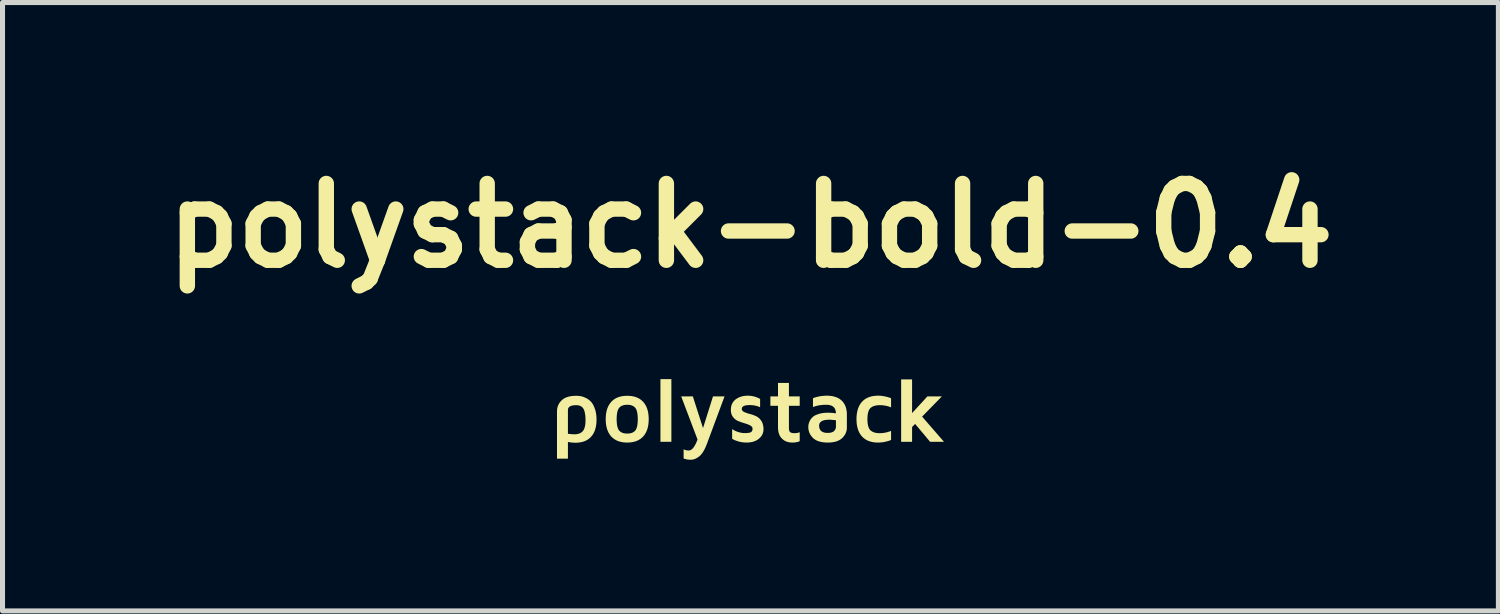
<source format=kicad_pcb>
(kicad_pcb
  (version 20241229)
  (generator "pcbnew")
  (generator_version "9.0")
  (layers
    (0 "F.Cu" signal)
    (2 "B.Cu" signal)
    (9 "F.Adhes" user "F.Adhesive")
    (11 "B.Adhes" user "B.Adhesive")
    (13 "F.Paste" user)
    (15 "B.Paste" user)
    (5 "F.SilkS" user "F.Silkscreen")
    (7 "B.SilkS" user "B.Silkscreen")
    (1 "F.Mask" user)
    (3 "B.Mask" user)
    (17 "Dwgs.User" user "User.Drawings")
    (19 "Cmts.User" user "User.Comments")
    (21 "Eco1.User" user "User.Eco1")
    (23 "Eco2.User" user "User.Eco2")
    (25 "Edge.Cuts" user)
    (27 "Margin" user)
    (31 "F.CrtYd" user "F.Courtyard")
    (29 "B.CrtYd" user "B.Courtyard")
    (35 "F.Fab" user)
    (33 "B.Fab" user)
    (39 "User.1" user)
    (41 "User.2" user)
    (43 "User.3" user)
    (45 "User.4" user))
  (footprint "polystack-bold-0.4"
    (layer "F.Cu")
    (at 11.844 5.274)
    (property "Reference" "polystack-bold-0.4" (at 0 -3.848 0) (layer "F.SilkS") (effects (font (size 1.524 1.524) (thickness 0.305))))
    (attr smd)
    (fp_poly (pts (xy -1.787 0.444) (xy -1.787 -0.8) (xy -1.57 -0.8) (xy -1.57 0.444) (xy -1.787 0.444)) (stroke (width 0) (type solid)) (fill yes) (layer "F.SilkS"))
    (fp_poly (pts (xy 2.99 0.444) (xy 2.99 -0.795) (xy 3.207 -0.795) (xy 3.207 -0.126) (xy 3.511 -0.457) (xy 3.798 -0.457) (xy 3.406 -0.056) (xy 3.84 0.444) (xy 3.565 0.444) (xy 3.267 0.089) (xy 3.207 0.15) (xy 3.207 0.444) (xy 2.99 0.444)) (stroke (width 0) (type solid)) (fill yes) (layer "F.SilkS"))
    (fp_poly (pts (xy 0.395 -0.271) (xy 0.395 -0.457) (xy 0.546 -0.457) (xy 0.546 -0.724) (xy 0.763 -0.724) (xy 0.763 -0.457) (xy 0.977 -0.457) (xy 0.977 -0.271) (xy 0.763 -0.271) (xy 0.763 0.174) (xy 0.764 0.188) (xy 0.765 0.2) (xy 0.767 0.212) (xy 0.769 0.222) (xy 0.773 0.232) (xy 0.777 0.24) (xy 0.782 0.247) (xy 0.787 0.252) (xy 0.793 0.256) (xy 0.8 0.26) (xy 0.808 0.263) (xy 0.816 0.266) (xy 0.826 0.269) (xy 0.837 0.27) (xy 0.848 0.272) (xy 0.86 0.272) (xy 0.874 0.273) (xy 0.885 0.272) (xy 0.896 0.272) (xy 0.907 0.271) (xy 0.918 0.269) (xy 0.928 0.268) (xy 0.939 0.266) (xy 0.949 0.263) (xy 0.958 0.26) (xy 0.968 0.257) (xy 0.977 0.253) (xy 0.977 0.432) (xy 0.967 0.436) (xy 0.957 0.44) (xy 0.947 0.443) (xy 0.937 0.446) (xy 0.926 0.449) (xy 0.916 0.451) (xy 0.905 0.453) (xy 0.894 0.455) (xy 0.883 0.456) (xy 0.872 0.457) (xy 0.861 0.458) (xy 0.85 0.458) (xy 0.838 0.459) (xy 0.834 0.459) (xy 0.822 0.458) (xy 0.81 0.458) (xy 0.798 0.457) (xy 0.787 0.456) (xy 0.776 0.455) (xy 0.765 0.453) (xy 0.754 0.451) (xy 0.744 0.448) (xy 0.734 0.445) (xy 0.724 0.442) (xy 0.714 0.439) (xy 0.705 0.435) (xy 0.695 0.431) (xy 0.686 0.426) (xy 0.678 0.422) (xy 0.669 0.417) (xy 0.661 0.411) (xy 0.653 0.405) (xy 0.645 0.399) (xy 0.638 0.393) (xy 0.63 0.386) (xy 0.623 0.379) (xy 0.617 0.372) (xy 0.61 0.365) (xy 0.604 0.358) (xy 0.599 0.35) (xy 0.593 0.342) (xy 0.588 0.334) (xy 0.583 0.325) (xy 0.579 0.317) (xy 0.575 0.308) (xy 0.571 0.299) (xy 0.567 0.29) (xy 0.564 0.28) (xy 0.561 0.27) (xy 0.558 0.26) (xy 0.556 0.25) (xy 0.553 0.24) (xy 0.552 0.229) (xy 0.55 0.218) (xy 0.549 0.207) (xy 0.548 0.196) (xy 0.547 0.184) (xy 0.547 0.173) (xy 0.546 0.161) (xy 0.546 -0.271) (xy 0.395 -0.271)) (stroke (width 0) (type solid)) (fill yes) (layer "F.SilkS"))
    (fp_poly (pts (xy -1.375 -0.457) (xy -1.144 -0.457) (xy -0.942 0.172) (xy -0.744 -0.457) (xy -0.515 -0.457) (xy -0.858 0.467) (xy -0.863 0.48) (xy -0.868 0.493) (xy -0.873 0.506) (xy -0.878 0.518) (xy -0.883 0.531) (xy -0.888 0.542) (xy -0.893 0.554) (xy -0.899 0.565) (xy -0.904 0.576) (xy -0.909 0.587) (xy -0.914 0.597) (xy -0.92 0.607) (xy -0.925 0.617) (xy -0.93 0.626) (xy -0.936 0.636) (xy -0.941 0.644) (xy -0.947 0.653) (xy -0.952 0.661) (xy -0.958 0.669) (xy -0.963 0.677) (xy -0.969 0.684) (xy -0.975 0.691) (xy -0.98 0.698) (xy -0.986 0.704) (xy -0.992 0.71) (xy -0.997 0.716) (xy -1.003 0.721) (xy -1.009 0.726) (xy -1.015 0.731) (xy -1.024 0.739) (xy -1.034 0.746) (xy -1.043 0.752) (xy -1.053 0.758) (xy -1.062 0.764) (xy -1.072 0.769) (xy -1.081 0.774) (xy -1.091 0.779) (xy -1.101 0.783) (xy -1.111 0.786) (xy -1.12 0.79) (xy -1.13 0.792) (xy -1.14 0.795) (xy -1.15 0.797) (xy -1.16 0.798) (xy -1.17 0.799) (xy -1.18 0.8) (xy -1.19 0.8) (xy -1.201 0.8) (xy -1.211 0.799) (xy -1.221 0.799) (xy -1.232 0.798) (xy -1.242 0.796) (xy -1.253 0.795) (xy -1.263 0.793) (xy -1.274 0.791) (xy -1.284 0.788) (xy -1.295 0.785) (xy -1.306 0.782) (xy -1.316 0.779) (xy -1.327 0.775) (xy -1.327 0.594) (xy -1.316 0.599) (xy -1.306 0.602) (xy -1.296 0.606) (xy -1.286 0.609) (xy -1.275 0.611) (xy -1.265 0.613) (xy -1.255 0.614) (xy -1.245 0.616) (xy -1.235 0.616) (xy -1.225 0.616) (xy -1.218 0.616) (xy -1.212 0.615) (xy -1.205 0.614) (xy -1.199 0.612) (xy -1.193 0.61) (xy -1.186 0.607) (xy -1.18 0.604) (xy -1.174 0.6) (xy -1.168 0.595) (xy -1.162 0.59) (xy -1.156 0.585) (xy -1.149 0.579) (xy -1.143 0.573) (xy -1.137 0.565) (xy -1.131 0.558) (xy -1.125 0.55) (xy -1.12 0.541) (xy -1.114 0.532) (xy -1.108 0.523) (xy -1.102 0.512) (xy -1.096 0.502) (xy -1.09 0.491) (xy -1.085 0.479) (xy -1.079 0.467) (xy -1.073 0.454) (xy -1.068 0.441) (xy -1.062 0.427) (xy -1.056 0.413) (xy -1.051 0.398) (xy -1.375 -0.457)) (stroke (width 0) (type solid)) (fill yes) (layer "F.SilkS"))
    (fp_poly (pts (xy 2.104 -0.005) (xy 2.104 -0.018) (xy 2.104 -0.031) (xy 2.105 -0.043) (xy 2.105 -0.056) (xy 2.106 -0.068) (xy 2.107 -0.08) (xy 2.108 -0.091) (xy 2.11 -0.103) (xy 2.111 -0.114) (xy 2.113 -0.126) (xy 2.115 -0.137) (xy 2.117 -0.148) (xy 2.119 -0.158) (xy 2.122 -0.169) (xy 2.124 -0.179) (xy 2.127 -0.19) (xy 2.13 -0.2) (xy 2.133 -0.21) (xy 2.136 -0.219) (xy 2.14 -0.229) (xy 2.144 -0.238) (xy 2.147 -0.247) (xy 2.151 -0.256) (xy 2.156 -0.265) (xy 2.16 -0.274) (xy 2.165 -0.282) (xy 2.169 -0.291) (xy 2.174 -0.299) (xy 2.18 -0.307) (xy 2.185 -0.315) (xy 2.19 -0.322) (xy 2.196 -0.33) (xy 2.202 -0.337) (xy 2.208 -0.344) (xy 2.214 -0.351) (xy 2.221 -0.358) (xy 2.228 -0.365) (xy 2.235 -0.372) (xy 2.242 -0.378) (xy 2.25 -0.385) (xy 2.257 -0.391) (xy 2.265 -0.397) (xy 2.273 -0.402) (xy 2.281 -0.408) (xy 2.29 -0.413) (xy 2.298 -0.418) (xy 2.307 -0.422) (xy 2.316 -0.427) (xy 2.325 -0.431) (xy 2.334 -0.435) (xy 2.343 -0.439) (xy 2.353 -0.443) (xy 2.363 -0.446) (xy 2.373 -0.449) (xy 2.383 -0.452) (xy 2.393 -0.455) (xy 2.403 -0.458) (xy 2.414 -0.46) (xy 2.425 -0.462) (xy 2.436 -0.464) (xy 2.447 -0.466) (xy 2.458 -0.467) (xy 2.47 -0.468) (xy 2.481 -0.469) (xy 2.493 -0.47) (xy 2.505 -0.471) (xy 2.517 -0.471) (xy 2.53 -0.471) (xy 2.541 -0.471) (xy 2.552 -0.471) (xy 2.563 -0.47) (xy 2.574 -0.47) (xy 2.585 -0.469) (xy 2.596 -0.468) (xy 2.607 -0.467) (xy 2.618 -0.465) (xy 2.628 -0.464) (xy 2.639 -0.462) (xy 2.65 -0.46) (xy 2.661 -0.458) (xy 2.672 -0.456) (xy 2.683 -0.454) (xy 2.693 -0.451) (xy 2.704 -0.449) (xy 2.715 -0.446) (xy 2.726 -0.443) (xy 2.737 -0.439) (xy 2.747 -0.436) (xy 2.758 -0.432) (xy 2.769 -0.429) (xy 2.779 -0.425) (xy 2.79 -0.421) (xy 2.79 -0.24) (xy 2.78 -0.244) (xy 2.77 -0.248) (xy 2.759 -0.251) (xy 2.749 -0.255) (xy 2.739 -0.258) (xy 2.728 -0.261) (xy 2.718 -0.264) (xy 2.707 -0.267) (xy 2.697 -0.269) (xy 2.686 -0.271) (xy 2.675 -0.273) (xy 2.665 -0.275) (xy 2.654 -0.277) (xy 2.643 -0.278) (xy 2.632 -0.28) (xy 2.621 -0.281) (xy 2.61 -0.282) (xy 2.599 -0.282) (xy 2.588 -0.283) (xy 2.577 -0.283) (xy 2.566 -0.283) (xy 2.553 -0.283) (xy 2.541 -0.282) (xy 2.528 -0.282) (xy 2.516 -0.281) (xy 2.505 -0.279) (xy 2.494 -0.277) (xy 2.483 -0.275) (xy 2.473 -0.273) (xy 2.462 -0.27) (xy 2.453 -0.267) (xy 2.443 -0.264) (xy 2.434 -0.26) (xy 2.426 -0.256) (xy 2.417 -0.252) (xy 2.409 -0.247) (xy 2.402 -0.242) (xy 2.394 -0.237) (xy 2.387 -0.232) (xy 2.381 -0.226) (xy 2.375 -0.22) (xy 2.37 -0.215) (xy 2.366 -0.208) (xy 2.361 -0.202) (xy 2.357 -0.195) (xy 2.353 -0.187) (xy 2.349 -0.179) (xy 2.345 -0.171) (xy 2.342 -0.162) (xy 2.339 -0.152) (xy 2.336 -0.142) (xy 2.333 -0.132) (xy 2.331 -0.122) (xy 2.329 -0.11) (xy 2.327 -0.099) (xy 2.325 -0.087) (xy 2.324 -0.074) (xy 2.323 -0.061) (xy 2.322 -0.048) (xy 2.321 -0.034) (xy 2.321 -0.02) (xy 2.321 -0.005) (xy 2.321 0.009) (xy 2.321 0.023) (xy 2.322 0.037) (xy 2.323 0.05) (xy 2.324 0.063) (xy 2.325 0.075) (xy 2.327 0.087) (xy 2.329 0.099) (xy 2.331 0.11) (xy 2.333 0.121) (xy 2.336 0.131) (xy 2.339 0.141) (xy 2.342 0.15) (xy 2.345 0.159) (xy 2.349 0.168) (xy 2.353 0.176) (xy 2.357 0.183) (xy 2.361 0.191) (xy 2.366 0.197) (xy 2.37 0.204) (xy 2.375 0.21) (xy 2.381 0.215) (xy 2.387 0.221) (xy 2.394 0.227) (xy 2.402 0.232) (xy 2.409 0.237) (xy 2.417 0.241) (xy 2.426 0.246) (xy 2.434 0.25) (xy 2.443 0.253) (xy 2.453 0.257) (xy 2.462 0.26) (xy 2.473 0.262) (xy 2.483 0.265) (xy 2.494 0.267) (xy 2.505 0.269) (xy 2.516 0.27) (xy 2.528 0.271) (xy 2.541 0.272) (xy 2.553 0.272) (xy 2.566 0.273) (xy 2.577 0.272) (xy 2.587 0.272) (xy 2.598 0.272) (xy 2.609 0.271) (xy 2.619 0.27) (xy 2.63 0.269) (xy 2.641 0.268) (xy 2.651 0.266) (xy 2.662 0.264) (xy 2.673 0.262) (xy 2.683 0.26) (xy 2.694 0.258) (xy 2.705 0.255) (xy 2.715 0.253) (xy 2.726 0.25) (xy 2.737 0.246) (xy 2.747 0.243) (xy 2.758 0.239) (xy 2.769 0.236) (xy 2.779 0.232) (xy 2.79 0.228) (xy 2.79 0.408) (xy 2.779 0.412) (xy 2.769 0.416) (xy 2.758 0.42) (xy 2.747 0.424) (xy 2.737 0.427) (xy 2.726 0.43) (xy 2.715 0.433) (xy 2.704 0.436) (xy 2.693 0.439) (xy 2.683 0.441) (xy 2.672 0.444) (xy 2.661 0.446) (xy 2.65 0.448) (xy 2.639 0.45) (xy 2.628 0.452) (xy 2.618 0.453) (xy 2.607 0.454) (xy 2.596 0.455) (xy 2.585 0.456) (xy 2.574 0.457) (xy 2.563 0.458) (xy 2.552 0.458) (xy 2.541 0.459) (xy 2.53 0.459) (xy 2.517 0.458) (xy 2.505 0.458) (xy 2.493 0.458) (xy 2.481 0.457) (xy 2.47 0.456) (xy 2.458 0.455) (xy 2.447 0.453) (xy 2.436 0.452) (xy 2.425 0.45) (xy 2.414 0.448) (xy 2.403 0.445) (xy 2.393 0.443) (xy 2.383 0.44) (xy 2.373 0.437) (xy 2.363 0.434) (xy 2.353 0.43) (xy 2.343 0.427) (xy 2.334 0.423) (xy 2.325 0.419) (xy 2.316 0.415) (xy 2.307 0.41) (xy 2.298 0.405) (xy 2.29 0.4) (xy 2.281 0.395) (xy 2.273 0.39) (xy 2.265 0.384) (xy 2.257 0.378) (xy 2.25 0.372) (xy 2.242 0.366) (xy 2.235 0.359) (xy 2.228 0.353) (xy 2.221 0.346) (xy 2.214 0.339) (xy 2.208 0.332) (xy 2.202 0.325) (xy 2.196 0.317) (xy 2.19 0.31) (xy 2.185 0.302) (xy 2.18 0.294) (xy 2.174 0.287) (xy 2.169 0.278) (xy 2.165 0.27) (xy 2.16 0.262) (xy 2.156 0.253) (xy 2.151 0.244) (xy 2.147 0.235) (xy 2.144 0.226) (xy 2.14 0.217) (xy 2.136 0.207) (xy 2.133 0.198) (xy 2.13 0.188) (xy 2.127 0.178) (xy 2.124 0.168) (xy 2.122 0.157) (xy 2.119 0.147) (xy 2.117 0.136) (xy 2.115 0.125) (xy 2.113 0.114) (xy 2.111 0.103) (xy 2.11 0.092) (xy 2.108 0.08) (xy 2.107 0.068) (xy 2.106 0.057) (xy 2.105 0.045) (xy 2.105 0.032) (xy 2.104 0.02) (xy 2.104 0.007) (xy 2.104 -0.005)) (stroke (width 0) (type solid)) (fill yes) (layer "F.SilkS"))
    (fp_poly (pts (xy -3.84 0.779) (xy -3.61 0.286) (xy -3.598 0.287) (xy -3.586 0.289) (xy -3.574 0.29) (xy -3.563 0.291) (xy -3.552 0.292) (xy -3.541 0.293) (xy -3.53 0.293) (xy -3.52 0.294) (xy -3.509 0.294) (xy -3.499 0.295) (xy -3.489 0.295) (xy -3.477 0.294) (xy -3.465 0.294) (xy -3.454 0.293) (xy -3.443 0.291) (xy -3.432 0.289) (xy -3.422 0.287) (xy -3.412 0.284) (xy -3.402 0.281) (xy -3.392 0.278) (xy -3.383 0.274) (xy -3.375 0.269) (xy -3.366 0.264) (xy -3.358 0.259) (xy -3.351 0.253) (xy -3.343 0.247) (xy -3.336 0.241) (xy -3.33 0.234) (xy -3.325 0.228) (xy -3.32 0.222) (xy -3.316 0.215) (xy -3.311 0.208) (xy -3.307 0.201) (xy -3.304 0.193) (xy -3.3 0.185) (xy -3.297 0.177) (xy -3.294 0.168) (xy -3.291 0.158) (xy -3.288 0.149) (xy -3.286 0.139) (xy -3.284 0.128) (xy -3.282 0.117) (xy -3.28 0.106) (xy -3.278 0.095) (xy -3.277 0.083) (xy -3.276 0.07) (xy -3.275 0.057) (xy -3.275 0.044) (xy -3.274 0.031) (xy -3.274 0.017) (xy -3.274 0.003) (xy -3.275 -0.011) (xy -3.275 -0.025) (xy -3.276 -0.038) (xy -3.276 -0.051) (xy -3.277 -0.063) (xy -3.278 -0.075) (xy -3.28 -0.087) (xy -3.281 -0.098) (xy -3.283 -0.109) (xy -3.285 -0.12) (xy -3.287 -0.13) (xy -3.289 -0.14) (xy -3.291 -0.15) (xy -3.293 -0.159) (xy -3.296 -0.167) (xy -3.299 -0.176) (xy -3.302 -0.184) (xy -3.305 -0.192) (xy -3.308 -0.199) (xy -3.312 -0.206) (xy -3.316 -0.212) (xy -3.321 -0.221) (xy -3.326 -0.228) (xy -3.332 -0.235) (xy -3.339 -0.242) (xy -3.345 -0.248) (xy -3.353 -0.254) (xy -3.36 -0.259) (xy -3.368 -0.263) (xy -3.377 -0.267) (xy -3.386 -0.271) (xy -3.395 -0.274) (xy -3.405 -0.277) (xy -3.415 -0.279) (xy -3.426 -0.281) (xy -3.437 -0.282) (xy -3.448 -0.283) (xy -3.46 -0.283) (xy -3.474 -0.283) (xy -3.487 -0.282) (xy -3.5 -0.281) (xy -3.512 -0.28) (xy -3.523 -0.278) (xy -3.534 -0.276) (xy -3.544 -0.274) (xy -3.554 -0.271) (xy -3.562 -0.268) (xy -3.571 -0.265) (xy -3.578 -0.261) (xy -3.585 -0.257) (xy -3.592 -0.252) (xy -3.598 -0.247) (xy -3.603 -0.242) (xy -3.608 -0.236) (xy -3.612 -0.23) (xy -3.615 -0.224) (xy -3.618 -0.217) (xy -3.62 -0.21) (xy -3.621 -0.202) (xy -3.622 -0.194) (xy -3.623 -0.186) (xy -3.623 0.284) (xy -3.623 0.284) (xy -3.61 0.286) (xy -3.84 0.779) (xy -3.84 -0.166) (xy -3.839 -0.177) (xy -3.839 -0.187) (xy -3.838 -0.198) (xy -3.837 -0.208) (xy -3.835 -0.218) (xy -3.833 -0.228) (xy -3.831 -0.238) (xy -3.828 -0.248) (xy -3.825 -0.258) (xy -3.822 -0.267) (xy -3.818 -0.277) (xy -3.814 -0.286) (xy -3.81 -0.295) (xy -3.805 -0.304) (xy -3.8 -0.313) (xy -3.795 -0.322) (xy -3.789 -0.33) (xy -3.783 -0.339) (xy -3.776 -0.347) (xy -3.77 -0.355) (xy -3.762 -0.363) (xy -3.755 -0.371) (xy -3.747 -0.379) (xy -3.74 -0.385) (xy -3.734 -0.391) (xy -3.727 -0.397) (xy -3.719 -0.402) (xy -3.712 -0.408) (xy -3.704 -0.413) (xy -3.696 -0.417) (xy -3.688 -0.422) (xy -3.679 -0.426) (xy -3.671 -0.431) (xy -3.662 -0.435) (xy -3.653 -0.438) (xy -3.643 -0.442) (xy -3.633 -0.445) (xy -3.624 -0.448) (xy -3.613 -0.451) (xy -3.603 -0.454) (xy -3.592 -0.456) (xy -3.582 -0.459) (xy -3.571 -0.461) (xy -3.559 -0.462) (xy -3.548 -0.464) (xy -3.536 -0.465) (xy -3.524 -0.467) (xy -3.512 -0.467) (xy -3.499 -0.468) (xy -3.486 -0.469) (xy -3.474 -0.469) (xy -3.46 -0.469) (xy -3.449 -0.469) (xy -3.438 -0.469) (xy -3.427 -0.468) (xy -3.416 -0.467) (xy -3.404 -0.466) (xy -3.393 -0.465) (xy -3.382 -0.464) (xy -3.371 -0.462) (xy -3.362 -0.46) (xy -3.353 -0.458) (xy -3.343 -0.456) (xy -3.333 -0.453) (xy -3.323 -0.449) (xy -3.312 -0.445) (xy -3.301 -0.441) (xy -3.29 -0.436) (xy -3.278 -0.431) (xy -3.266 -0.425) (xy -3.256 -0.42) (xy -3.246 -0.415) (xy -3.237 -0.409) (xy -3.228 -0.403) (xy -3.219 -0.397) (xy -3.21 -0.391) (xy -3.201 -0.384) (xy -3.193 -0.377) (xy -3.185 -0.37) (xy -3.177 -0.363) (xy -3.17 -0.355) (xy -3.162 -0.347) (xy -3.157 -0.341) (xy -3.151 -0.334) (xy -3.145 -0.327) (xy -3.14 -0.319) (xy -3.135 -0.311) (xy -3.129 -0.302) (xy -3.124 -0.293) (xy -3.119 -0.284) (xy -3.114 -0.274) (xy -3.11 -0.264) (xy -3.105 -0.253) (xy -3.1 -0.242) (xy -3.096 -0.231) (xy -3.092 -0.219) (xy -3.087 -0.207) (xy -3.084 -0.198) (xy -3.081 -0.189) (xy -3.078 -0.179) (xy -3.076 -0.169) (xy -3.073 -0.16) (xy -3.071 -0.15) (xy -3.069 -0.139) (xy -3.067 -0.129) (xy -3.065 -0.119) (xy -3.063 -0.108) (xy -3.062 -0.098) (xy -3.061 -0.087) (xy -3.059 -0.076) (xy -3.058 -0.065) (xy -3.057 -0.053) (xy -3.057 -0.042) (xy -3.056 -0.03) (xy -3.056 -0.019) (xy -3.056 -0.007) (xy -3.055 0.005) (xy -3.056 0.018) (xy -3.056 0.031) (xy -3.056 0.043) (xy -3.057 0.056) (xy -3.058 0.068) (xy -3.059 0.08) (xy -3.06 0.092) (xy -3.062 0.103) (xy -3.063 0.115) (xy -3.065 0.126) (xy -3.067 0.137) (xy -3.069 0.148) (xy -3.071 0.159) (xy -3.074 0.17) (xy -3.077 0.18) (xy -3.08 0.19) (xy -3.083 0.2) (xy -3.086 0.21) (xy -3.089 0.22) (xy -3.093 0.229) (xy -3.097 0.239) (xy -3.101 0.248) (xy -3.105 0.257) (xy -3.11 0.266) (xy -3.114 0.274) (xy -3.119 0.283) (xy -3.124 0.291) (xy -3.129 0.299) (xy -3.134 0.307) (xy -3.14 0.315) (xy -3.146 0.322) (xy -3.152 0.33) (xy -3.158 0.337) (xy -3.164 0.344) (xy -3.171 0.351) (xy -3.177 0.358) (xy -3.184 0.365) (xy -3.192 0.371) (xy -3.199 0.377) (xy -3.207 0.383) (xy -3.214 0.389) (xy -3.222 0.394) (xy -3.23 0.4) (xy -3.238 0.405) (xy -3.247 0.41) (xy -3.255 0.414) (xy -3.264 0.419) (xy -3.273 0.423) (xy -3.282 0.427) (xy -3.291 0.431) (xy -3.301 0.434) (xy -3.31 0.438) (xy -3.32 0.441) (xy -3.33 0.444) (xy -3.34 0.447) (xy -3.35 0.449) (xy -3.361 0.451) (xy -3.371 0.453) (xy -3.382 0.455) (xy -3.393 0.457) (xy -3.404 0.458) (xy -3.415 0.459) (xy -3.427 0.46) (xy -3.438 0.461) (xy -3.45 0.462) (xy -3.462 0.462) (xy -3.474 0.462) (xy -3.485 0.462) (xy -3.496 0.462) (xy -3.507 0.461) (xy -3.517 0.461) (xy -3.528 0.46) (xy -3.539 0.459) (xy -3.549 0.458) (xy -3.56 0.457) (xy -3.57 0.456) (xy -3.581 0.454) (xy -3.591 0.452) (xy -3.602 0.451) (xy -3.612 0.448) (xy -3.623 0.446) (xy -3.623 0.779) (xy -3.84 0.779) (xy -3.84 0.779)) (stroke (width 0) (type solid)) (fill yes) (layer "F.SilkS"))
    (fp_poly (pts (xy -0.389 -0.19) (xy -0.389 -0.201) (xy -0.389 -0.213) (xy -0.388 -0.224) (xy -0.386 -0.235) (xy -0.385 -0.246) (xy -0.383 -0.256) (xy -0.381 -0.266) (xy -0.378 -0.276) (xy -0.375 -0.286) (xy -0.371 -0.296) (xy -0.368 -0.305) (xy -0.363 -0.314) (xy -0.359 -0.323) (xy -0.354 -0.331) (xy -0.349 -0.34) (xy -0.343 -0.348) (xy -0.337 -0.356) (xy -0.331 -0.363) (xy -0.324 -0.371) (xy -0.317 -0.378) (xy -0.31 -0.385) (xy -0.302 -0.391) (xy -0.294 -0.398) (xy -0.286 -0.404) (xy -0.278 -0.409) (xy -0.269 -0.415) (xy -0.261 -0.42) (xy -0.252 -0.425) (xy -0.243 -0.43) (xy -0.234 -0.434) (xy -0.225 -0.438) (xy -0.215 -0.442) (xy -0.206 -0.446) (xy -0.196 -0.449) (xy -0.186 -0.453) (xy -0.176 -0.456) (xy -0.166 -0.458) (xy -0.156 -0.461) (xy -0.145 -0.463) (xy -0.134 -0.465) (xy -0.124 -0.466) (xy -0.113 -0.468) (xy -0.101 -0.469) (xy -0.09 -0.47) (xy -0.079 -0.47) (xy -0.067 -0.471) (xy -0.055 -0.471) (xy -0.044 -0.471) (xy -0.033 -0.471) (xy -0.022 -0.47) (xy -0.011 -0.469) (xy -0.000222 -0.468) (xy 0.011 -0.467) (xy 0.021 -0.465) (xy 0.032 -0.464) (xy 0.042 -0.462) (xy 0.053 -0.46) (xy 0.063 -0.457) (xy 0.073 -0.455) (xy 0.084 -0.452) (xy 0.094 -0.449) (xy 0.104 -0.446) (xy 0.114 -0.442) (xy 0.124 -0.439) (xy 0.134 -0.435) (xy 0.143 -0.431) (xy 0.153 -0.426) (xy 0.163 -0.422) (xy 0.172 -0.417) (xy 0.182 -0.412) (xy 0.191 -0.407) (xy 0.191 -0.242) (xy 0.182 -0.246) (xy 0.172 -0.25) (xy 0.163 -0.254) (xy 0.153 -0.257) (xy 0.144 -0.261) (xy 0.134 -0.264) (xy 0.124 -0.267) (xy 0.114 -0.269) (xy 0.103 -0.272) (xy 0.093 -0.274) (xy 0.083 -0.276) (xy 0.072 -0.278) (xy 0.061 -0.28) (xy 0.05 -0.281) (xy 0.039 -0.282) (xy 0.028 -0.283) (xy 0.017 -0.284) (xy 0.006 -0.284) (xy -0.006 -0.285) (xy -0.017 -0.285) (xy -0.032 -0.285) (xy -0.045 -0.284) (xy -0.058 -0.283) (xy -0.071 -0.282) (xy -0.082 -0.281) (xy -0.093 -0.279) (xy -0.103 -0.276) (xy -0.113 -0.274) (xy -0.122 -0.271) (xy -0.13 -0.268) (xy -0.137 -0.264) (xy -0.144 -0.26) (xy -0.15 -0.256) (xy -0.155 -0.251) (xy -0.16 -0.246) (xy -0.164 -0.241) (xy -0.167 -0.235) (xy -0.169 -0.229) (xy -0.171 -0.223) (xy -0.172 -0.216) (xy -0.172 -0.209) (xy -0.172 -0.2) (xy -0.17 -0.191) (xy -0.166 -0.183) (xy -0.161 -0.175) (xy -0.155 -0.168) (xy -0.148 -0.161) (xy -0.139 -0.155) (xy -0.128 -0.149) (xy -0.12 -0.145) (xy -0.112 -0.142) (xy -0.103 -0.138) (xy -0.094 -0.134) (xy -0.084 -0.131) (xy -0.074 -0.127) (xy -0.064 -0.124) (xy -0.054 -0.121) (xy -0.043 -0.117) (xy -0.032 -0.114) (xy -0.021 -0.111) (xy -0.01 -0.108) (xy 0.000417 -0.105) (xy 0.011 -0.102) (xy 0.022 -0.099) (xy 0.032 -0.096) (xy 0.043 -0.092) (xy 0.053 -0.088) (xy 0.064 -0.084) (xy 0.074 -0.08) (xy 0.084 -0.076) (xy 0.095 -0.072) (xy 0.105 -0.067) (xy 0.114 -0.063) (xy 0.123 -0.058) (xy 0.132 -0.054) (xy 0.14 -0.048) (xy 0.148 -0.043) (xy 0.156 -0.036) (xy 0.164 -0.03) (xy 0.172 -0.023) (xy 0.179 -0.016) (xy 0.186 -0.008) (xy 0.193 -0.000116) (xy 0.2 0.008) (xy 0.207 0.017) (xy 0.213 0.026) (xy 0.218 0.034) (xy 0.223 0.043) (xy 0.227 0.051) (xy 0.232 0.06) (xy 0.236 0.068) (xy 0.239 0.078) (xy 0.242 0.087) (xy 0.245 0.097) (xy 0.248 0.107) (xy 0.25 0.117) (xy 0.252 0.127) (xy 0.254 0.138) (xy 0.255 0.149) (xy 0.257 0.16) (xy 0.257 0.171) (xy 0.258 0.183) (xy 0.258 0.195) (xy 0.258 0.206) (xy 0.257 0.216) (xy 0.256 0.227) (xy 0.255 0.237) (xy 0.253 0.247) (xy 0.25 0.257) (xy 0.248 0.266) (xy 0.245 0.276) (xy 0.241 0.285) (xy 0.237 0.294) (xy 0.233 0.303) (xy 0.228 0.312) (xy 0.222 0.321) (xy 0.217 0.329) (xy 0.211 0.338) (xy 0.204 0.346) (xy 0.197 0.354) (xy 0.19 0.361) (xy 0.182 0.369) (xy 0.174 0.376) (xy 0.165 0.384) (xy 0.158 0.39) (xy 0.15 0.396) (xy 0.141 0.401) (xy 0.133 0.407) (xy 0.125 0.412) (xy 0.116 0.416) (xy 0.107 0.421) (xy 0.098 0.425) (xy 0.088 0.429) (xy 0.079 0.433) (xy 0.069 0.437) (xy 0.059 0.44) (xy 0.048 0.443) (xy 0.038 0.446) (xy 0.027 0.448) (xy 0.016 0.45) (xy 0.005 0.452) (xy -0.006 0.454) (xy -0.017 0.455) (xy -0.029 0.457) (xy -0.041 0.457) (xy -0.053 0.458) (xy -0.066 0.458) (xy -0.078 0.459) (xy -0.089 0.459) (xy -0.1 0.458) (xy -0.111 0.458) (xy -0.122 0.457) (xy -0.133 0.456) (xy -0.143 0.455) (xy -0.154 0.454) (xy -0.165 0.453) (xy -0.175 0.451) (xy -0.186 0.449) (xy -0.196 0.447) (xy -0.207 0.445) (xy -0.217 0.443) (xy -0.227 0.44) (xy -0.237 0.437) (xy -0.247 0.434) (xy -0.257 0.431) (xy -0.267 0.428) (xy -0.277 0.424) (xy -0.287 0.421) (xy -0.297 0.417) (xy -0.307 0.413) (xy -0.316 0.409) (xy -0.326 0.404) (xy -0.336 0.4) (xy -0.345 0.395) (xy -0.354 0.39) (xy -0.364 0.385) (xy -0.364 0.191) (xy -0.354 0.198) (xy -0.345 0.204) (xy -0.335 0.209) (xy -0.325 0.215) (xy -0.316 0.22) (xy -0.306 0.225) (xy -0.296 0.23) (xy -0.286 0.234) (xy -0.276 0.238) (xy -0.266 0.242) (xy -0.256 0.246) (xy -0.246 0.249) (xy -0.235 0.252) (xy -0.225 0.255) (xy -0.215 0.258) (xy -0.205 0.26) (xy -0.194 0.263) (xy -0.184 0.265) (xy -0.173 0.266) (xy -0.163 0.268) (xy -0.152 0.269) (xy -0.141 0.27) (xy -0.131 0.27) (xy -0.12 0.271) (xy -0.109 0.271) (xy -0.094 0.271) (xy -0.08 0.27) (xy -0.066 0.269) (xy -0.054 0.268) (xy -0.042 0.267) (xy -0.032 0.265) (xy -0.022 0.264) (xy -0.013 0.261) (xy -0.005 0.259) (xy 0.002 0.256) (xy 0.008 0.253) (xy 0.013 0.25) (xy 0.019 0.244) (xy 0.025 0.237) (xy 0.03 0.23) (xy 0.034 0.222) (xy 0.037 0.214) (xy 0.039 0.205) (xy 0.041 0.195) (xy 0.041 0.184) (xy 0.04 0.176) (xy 0.039 0.167) (xy 0.036 0.16) (xy 0.032 0.152) (xy 0.027 0.145) (xy 0.021 0.138) (xy 0.014 0.132) (xy 0.005 0.126) (xy -0.004 0.121) (xy -0.012 0.116) (xy -0.021 0.112) (xy -0.029 0.108) (xy -0.039 0.104) (xy -0.048 0.1) (xy -0.058 0.096) (xy -0.068 0.092) (xy -0.078 0.089) (xy -0.089 0.085) (xy -0.1 0.082) (xy -0.112 0.078) (xy -0.122 0.075) (xy -0.132 0.072) (xy -0.143 0.069) (xy -0.153 0.065) (xy -0.164 0.062) (xy -0.174 0.058) (xy -0.185 0.055) (xy -0.195 0.051) (xy -0.206 0.047) (xy -0.217 0.043) (xy -0.227 0.039) (xy -0.238 0.035) (xy -0.247 0.031) (xy -0.257 0.027) (xy -0.266 0.022) (xy -0.275 0.017) (xy -0.283 0.012) (xy -0.292 0.006) (xy -0.3 -0.001) (xy -0.308 -0.007) (xy -0.316 -0.014) (xy -0.324 -0.022) (xy -0.331 -0.029) (xy -0.338 -0.037) (xy -0.345 -0.046) (xy -0.351 -0.054) (xy -0.356 -0.062) (xy -0.361 -0.07) (xy -0.366 -0.079) (xy -0.37 -0.087) (xy -0.374 -0.096) (xy -0.377 -0.106) (xy -0.38 -0.115) (xy -0.382 -0.125) (xy -0.384 -0.135) (xy -0.386 -0.146) (xy -0.388 -0.156) (xy -0.389 -0.167) (xy -0.389 -0.178) (xy -0.389 -0.19)) (stroke (width 0) (type solid)) (fill yes) (layer "F.SilkS"))
    (fp_poly (pts (xy 1.148 0.15) (xy 1.362 0.123) (xy 1.362 0.133) (xy 1.363 0.143) (xy 1.364 0.152) (xy 1.366 0.161) (xy 1.368 0.17) (xy 1.37 0.178) (xy 1.373 0.186) (xy 1.376 0.193) (xy 1.38 0.201) (xy 1.384 0.207) (xy 1.388 0.214) (xy 1.393 0.22) (xy 1.399 0.226) (xy 1.405 0.231) (xy 1.411 0.236) (xy 1.418 0.241) (xy 1.425 0.245) (xy 1.433 0.249) (xy 1.441 0.252) (xy 1.449 0.255) (xy 1.458 0.258) (xy 1.467 0.261) (xy 1.477 0.263) (xy 1.487 0.264) (xy 1.498 0.266) (xy 1.509 0.266) (xy 1.52 0.267) (xy 1.532 0.267) (xy 1.534 0.267) (xy 1.546 0.267) (xy 1.557 0.266) (xy 1.568 0.266) (xy 1.579 0.264) (xy 1.589 0.263) (xy 1.598 0.26) (xy 1.607 0.258) (xy 1.616 0.255) (xy 1.624 0.252) (xy 1.632 0.248) (xy 1.639 0.245) (xy 1.646 0.24) (xy 1.653 0.236) (xy 1.659 0.23) (xy 1.664 0.225) (xy 1.669 0.219) (xy 1.674 0.213) (xy 1.678 0.206) (xy 1.682 0.2) (xy 1.686 0.192) (xy 1.688 0.185) (xy 1.691 0.176) (xy 1.693 0.168) (xy 1.694 0.159) (xy 1.696 0.15) (xy 1.696 0.14) (xy 1.696 0.131) (xy 1.696 0.017) (xy 1.684 0.015) (xy 1.672 0.013) (xy 1.66 0.012) (xy 1.648 0.011) (xy 1.637 0.01) (xy 1.626 0.009) (xy 1.615 0.008) (xy 1.605 0.007) (xy 1.595 0.006) (xy 1.585 0.006) (xy 1.576 0.006) (xy 1.567 0.005) (xy 1.553 0.005) (xy 1.54 0.006) (xy 1.527 0.007) (xy 1.514 0.008) (xy 1.503 0.009) (xy 1.491 0.01) (xy 1.48 0.012) (xy 1.47 0.014) (xy 1.46 0.017) (xy 1.45 0.019) (xy 1.441 0.022) (xy 1.433 0.025) (xy 1.425 0.029) (xy 1.417 0.033) (xy 1.41 0.037) (xy 1.404 0.041) (xy 1.398 0.046) (xy 1.392 0.051) (xy 1.387 0.056) (xy 1.382 0.061) (xy 1.378 0.067) (xy 1.374 0.073) (xy 1.371 0.079) (xy 1.368 0.086) (xy 1.366 0.092) (xy 1.365 0.1) (xy 1.363 0.107) (xy 1.362 0.115) (xy 1.362 0.123) (xy 1.362 0.123) (xy 1.148 0.15) (xy 1.148 0.139) (xy 1.149 0.128) (xy 1.15 0.117) (xy 1.151 0.106) (xy 1.153 0.094) (xy 1.155 0.086) (xy 1.158 0.077) (xy 1.161 0.067) (xy 1.165 0.056) (xy 1.169 0.046) (xy 1.175 0.034) (xy 1.18 0.022) (xy 1.186 0.013) (xy 1.191 0.003) (xy 1.198 -0.006) (xy 1.204 -0.014) (xy 1.211 -0.023) (xy 1.218 -0.031) (xy 1.226 -0.039) (xy 1.234 -0.046) (xy 1.242 -0.054) (xy 1.249 -0.059) (xy 1.256 -0.064) (xy 1.264 -0.07) (xy 1.272 -0.074) (xy 1.281 -0.079) (xy 1.29 -0.084) (xy 1.3 -0.089) (xy 1.31 -0.093) (xy 1.321 -0.097) (xy 1.333 -0.101) (xy 1.344 -0.105) (xy 1.357 -0.109) (xy 1.366 -0.112) (xy 1.375 -0.115) (xy 1.384 -0.117) (xy 1.394 -0.119) (xy 1.404 -0.121) (xy 1.414 -0.123) (xy 1.424 -0.125) (xy 1.434 -0.127) (xy 1.445 -0.128) (xy 1.456 -0.129) (xy 1.466 -0.13) (xy 1.478 -0.131) (xy 1.489 -0.132) (xy 1.5 -0.132) (xy 1.512 -0.133) (xy 1.524 -0.133) (xy 1.536 -0.133) (xy 1.546 -0.133) (xy 1.556 -0.133) (xy 1.566 -0.133) (xy 1.576 -0.132) (xy 1.586 -0.132) (xy 1.597 -0.131) (xy 1.607 -0.13) (xy 1.618 -0.13) (xy 1.629 -0.129) (xy 1.639 -0.128) (xy 1.65 -0.127) (xy 1.661 -0.125) (xy 1.672 -0.124) (xy 1.683 -0.122) (xy 1.695 -0.121) (xy 1.694 -0.131) (xy 1.694 -0.141) (xy 1.693 -0.15) (xy 1.692 -0.16) (xy 1.69 -0.169) (xy 1.688 -0.177) (xy 1.686 -0.185) (xy 1.683 -0.193) (xy 1.68 -0.201) (xy 1.677 -0.208) (xy 1.673 -0.215) (xy 1.669 -0.222) (xy 1.665 -0.229) (xy 1.66 -0.235) (xy 1.655 -0.24) (xy 1.65 -0.246) (xy 1.644 -0.251) (xy 1.638 -0.256) (xy 1.631 -0.26) (xy 1.624 -0.265) (xy 1.617 -0.269) (xy 1.61 -0.272) (xy 1.602 -0.275) (xy 1.593 -0.278) (xy 1.585 -0.281) (xy 1.576 -0.283) (xy 1.567 -0.285) (xy 1.557 -0.287) (xy 1.547 -0.289) (xy 1.536 -0.29) (xy 1.526 -0.29) (xy 1.515 -0.291) (xy 1.503 -0.291) (xy 1.491 -0.291) (xy 1.479 -0.291) (xy 1.467 -0.29) (xy 1.456 -0.29) (xy 1.444 -0.289) (xy 1.433 -0.288) (xy 1.421 -0.287) (xy 1.41 -0.286) (xy 1.399 -0.285) (xy 1.388 -0.284) (xy 1.377 -0.282) (xy 1.367 -0.28) (xy 1.356 -0.279) (xy 1.346 -0.277) (xy 1.336 -0.275) (xy 1.325 -0.272) (xy 1.315 -0.27) (xy 1.305 -0.267) (xy 1.296 -0.265) (xy 1.286 -0.262) (xy 1.276 -0.259) (xy 1.267 -0.256) (xy 1.258 -0.252) (xy 1.249 -0.249) (xy 1.24 -0.245) (xy 1.24 -0.421) (xy 1.249 -0.424) (xy 1.259 -0.428) (xy 1.269 -0.432) (xy 1.278 -0.435) (xy 1.288 -0.438) (xy 1.298 -0.441) (xy 1.309 -0.444) (xy 1.319 -0.447) (xy 1.329 -0.449) (xy 1.339 -0.452) (xy 1.35 -0.454) (xy 1.36 -0.456) (xy 1.371 -0.458) (xy 1.381 -0.46) (xy 1.392 -0.462) (xy 1.403 -0.464) (xy 1.414 -0.465) (xy 1.425 -0.466) (xy 1.436 -0.467) (xy 1.447 -0.468) (xy 1.458 -0.469) (xy 1.47 -0.47) (xy 1.481 -0.47) (xy 1.492 -0.471) (xy 1.504 -0.471) (xy 1.516 -0.471) (xy 1.528 -0.471) (xy 1.541 -0.471) (xy 1.553 -0.47) (xy 1.566 -0.469) (xy 1.577 -0.468) (xy 1.589 -0.467) (xy 1.601 -0.466) (xy 1.612 -0.464) (xy 1.623 -0.462) (xy 1.634 -0.46) (xy 1.645 -0.458) (xy 1.656 -0.455) (xy 1.666 -0.452) (xy 1.676 -0.449) (xy 1.686 -0.446) (xy 1.696 -0.443) (xy 1.705 -0.439) (xy 1.715 -0.435) (xy 1.724 -0.431) (xy 1.733 -0.427) (xy 1.742 -0.423) (xy 1.75 -0.418) (xy 1.758 -0.413) (xy 1.767 -0.408) (xy 1.774 -0.402) (xy 1.782 -0.397) (xy 1.79 -0.391) (xy 1.797 -0.385) (xy 1.804 -0.379) (xy 1.811 -0.372) (xy 1.818 -0.366) (xy 1.824 -0.359) (xy 1.831 -0.352) (xy 1.837 -0.345) (xy 1.842 -0.337) (xy 1.848 -0.329) (xy 1.853 -0.322) (xy 1.858 -0.314) (xy 1.863 -0.306) (xy 1.868 -0.297) (xy 1.872 -0.289) (xy 1.877 -0.28) (xy 1.881 -0.271) (xy 1.884 -0.262) (xy 1.888 -0.252) (xy 1.891 -0.243) (xy 1.894 -0.233) (xy 1.897 -0.223) (xy 1.9 -0.213) (xy 1.902 -0.202) (xy 1.904 -0.192) (xy 1.906 -0.181) (xy 1.908 -0.17) (xy 1.909 -0.159) (xy 1.911 -0.148) (xy 1.912 -0.136) (xy 1.912 -0.125) (xy 1.913 -0.113) (xy 1.913 -0.101) (xy 1.913 -0.088) (xy 1.913 0.155) (xy 1.913 0.166) (xy 1.913 0.177) (xy 1.912 0.187) (xy 1.911 0.197) (xy 1.909 0.208) (xy 1.907 0.218) (xy 1.905 0.228) (xy 1.902 0.238) (xy 1.899 0.247) (xy 1.896 0.257) (xy 1.892 0.266) (xy 1.888 0.276) (xy 1.884 0.285) (xy 1.879 0.294) (xy 1.874 0.303) (xy 1.868 0.312) (xy 1.862 0.32) (xy 1.856 0.329) (xy 1.85 0.337) (xy 1.843 0.345) (xy 1.835 0.354) (xy 1.828 0.362) (xy 1.82 0.37) (xy 1.813 0.376) (xy 1.807 0.381) (xy 1.8 0.387) (xy 1.792 0.392) (xy 1.785 0.398) (xy 1.777 0.403) (xy 1.769 0.407) (xy 1.761 0.412) (xy 1.753 0.416) (xy 1.744 0.42) (xy 1.735 0.424) (xy 1.726 0.428) (xy 1.717 0.431) (xy 1.707 0.435) (xy 1.697 0.438) (xy 1.687 0.441) (xy 1.677 0.443) (xy 1.666 0.446) (xy 1.655 0.448) (xy 1.644 0.45) (xy 1.633 0.452) (xy 1.622 0.453) (xy 1.61 0.455) (xy 1.598 0.456) (xy 1.586 0.457) (xy 1.573 0.458) (xy 1.56 0.458) (xy 1.547 0.459) (xy 1.534 0.459) (xy 1.521 0.459) (xy 1.508 0.458) (xy 1.495 0.458) (xy 1.483 0.457) (xy 1.471 0.456) (xy 1.459 0.455) (xy 1.447 0.454) (xy 1.436 0.452) (xy 1.424 0.451) (xy 1.413 0.449) (xy 1.403 0.447) (xy 1.392 0.444) (xy 1.382 0.442) (xy 1.372 0.439) (xy 1.362 0.436) (xy 1.352 0.433) (xy 1.343 0.43) (xy 1.333 0.426) (xy 1.325 0.423) (xy 1.316 0.419) (xy 1.307 0.415) (xy 1.299 0.41) (xy 1.291 0.406) (xy 1.283 0.401) (xy 1.276 0.396) (xy 1.268 0.391) (xy 1.261 0.386) (xy 1.254 0.38) (xy 1.248 0.375) (xy 1.241 0.369) (xy 1.233 0.361) (xy 1.226 0.353) (xy 1.219 0.345) (xy 1.212 0.336) (xy 1.205 0.328) (xy 1.199 0.319) (xy 1.193 0.31) (xy 1.188 0.301) (xy 1.182 0.292) (xy 1.178 0.283) (xy 1.173 0.274) (xy 1.169 0.264) (xy 1.166 0.255) (xy 1.162 0.245) (xy 1.159 0.235) (xy 1.157 0.225) (xy 1.154 0.214) (xy 1.152 0.204) (xy 1.151 0.194) (xy 1.149 0.183) (xy 1.149 0.172) (xy 1.148 0.161) (xy 1.148 0.15) (xy 1.148 0.15)) (stroke (width 0) (type solid)) (fill yes) (layer "F.SilkS"))
    (fp_poly (pts (xy -2.763 0.339) (xy -2.641 -0.156) (xy -2.643 -0.146) (xy -2.645 -0.135) (xy -2.647 -0.124) (xy -2.649 -0.112) (xy -2.651 -0.101) (xy -2.652 -0.088) (xy -2.653 -0.075) (xy -2.654 -0.062) (xy -2.655 -0.048) (xy -2.656 -0.034) (xy -2.656 -0.02) (xy -2.656 -0.004) (xy -2.656 0.011) (xy -2.656 0.025) (xy -2.655 0.039) (xy -2.654 0.053) (xy -2.653 0.066) (xy -2.652 0.079) (xy -2.651 0.091) (xy -2.649 0.103) (xy -2.647 0.115) (xy -2.645 0.126) (xy -2.643 0.136) (xy -2.641 0.146) (xy -2.638 0.156) (xy -2.635 0.165) (xy -2.632 0.174) (xy -2.629 0.182) (xy -2.625 0.19) (xy -2.622 0.197) (xy -2.618 0.204) (xy -2.614 0.211) (xy -2.609 0.217) (xy -2.605 0.222) (xy -2.599 0.229) (xy -2.592 0.235) (xy -2.585 0.241) (xy -2.577 0.246) (xy -2.569 0.251) (xy -2.561 0.256) (xy -2.553 0.26) (xy -2.544 0.264) (xy -2.534 0.268) (xy -2.525 0.271) (xy -2.515 0.273) (xy -2.504 0.275) (xy -2.493 0.277) (xy -2.482 0.279) (xy -2.47 0.28) (xy -2.458 0.28) (xy -2.446 0.28) (xy -2.434 0.28) (xy -2.422 0.28) (xy -2.41 0.279) (xy -2.399 0.277) (xy -2.388 0.275) (xy -2.378 0.273) (xy -2.368 0.271) (xy -2.358 0.268) (xy -2.349 0.264) (xy -2.34 0.26) (xy -2.331 0.256) (xy -2.323 0.251) (xy -2.315 0.246) (xy -2.308 0.241) (xy -2.301 0.235) (xy -2.294 0.229) (xy -2.288 0.222) (xy -2.284 0.217) (xy -2.279 0.211) (xy -2.275 0.204) (xy -2.271 0.197) (xy -2.268 0.19) (xy -2.264 0.182) (xy -2.261 0.174) (xy -2.258 0.165) (xy -2.255 0.156) (xy -2.252 0.146) (xy -2.25 0.136) (xy -2.248 0.126) (xy -2.246 0.115) (xy -2.244 0.103) (xy -2.242 0.091) (xy -2.241 0.079) (xy -2.24 0.066) (xy -2.239 0.053) (xy -2.238 0.039) (xy -2.237 0.025) (xy -2.237 0.011) (xy -2.237 -0.004) (xy -2.237 -0.02) (xy -2.237 -0.034) (xy -2.238 -0.048) (xy -2.239 -0.062) (xy -2.24 -0.075) (xy -2.241 -0.088) (xy -2.242 -0.101) (xy -2.244 -0.112) (xy -2.246 -0.124) (xy -2.248 -0.135) (xy -2.25 -0.146) (xy -2.252 -0.156) (xy -2.255 -0.165) (xy -2.258 -0.175) (xy -2.261 -0.183) (xy -2.264 -0.192) (xy -2.268 -0.199) (xy -2.271 -0.207) (xy -2.275 -0.214) (xy -2.279 -0.22) (xy -2.284 -0.226) (xy -2.288 -0.232) (xy -2.294 -0.239) (xy -2.301 -0.245) (xy -2.308 -0.251) (xy -2.315 -0.256) (xy -2.323 -0.262) (xy -2.331 -0.266) (xy -2.34 -0.271) (xy -2.349 -0.274) (xy -2.358 -0.278) (xy -2.368 -0.281) (xy -2.378 -0.284) (xy -2.388 -0.286) (xy -2.399 -0.288) (xy -2.41 -0.289) (xy -2.422 -0.29) (xy -2.434 -0.291) (xy -2.446 -0.291) (xy -2.458 -0.291) (xy -2.47 -0.29) (xy -2.482 -0.289) (xy -2.493 -0.288) (xy -2.504 -0.286) (xy -2.515 -0.284) (xy -2.525 -0.281) (xy -2.534 -0.278) (xy -2.544 -0.274) (xy -2.553 -0.271) (xy -2.561 -0.266) (xy -2.569 -0.262) (xy -2.577 -0.256) (xy -2.585 -0.251) (xy -2.592 -0.245) (xy -2.599 -0.239) (xy -2.605 -0.232) (xy -2.609 -0.226) (xy -2.614 -0.22) (xy -2.618 -0.214) (xy -2.622 -0.207) (xy -2.625 -0.199) (xy -2.629 -0.192) (xy -2.632 -0.183) (xy -2.635 -0.175) (xy -2.638 -0.165) (xy -2.641 -0.156) (xy -2.763 0.339) (xy -2.769 0.332) (xy -2.775 0.325) (xy -2.781 0.317) (xy -2.786 0.31) (xy -2.792 0.302) (xy -2.797 0.294) (xy -2.802 0.287) (xy -2.807 0.278) (xy -2.812 0.27) (xy -2.817 0.262) (xy -2.821 0.253) (xy -2.825 0.244) (xy -2.829 0.235) (xy -2.833 0.226) (xy -2.837 0.217) (xy -2.84 0.207) (xy -2.844 0.198) (xy -2.847 0.188) (xy -2.85 0.178) (xy -2.853 0.168) (xy -2.855 0.157) (xy -2.858 0.147) (xy -2.86 0.136) (xy -2.862 0.125) (xy -2.864 0.114) (xy -2.866 0.103) (xy -2.867 0.092) (xy -2.869 0.08) (xy -2.87 0.068) (xy -2.871 0.057) (xy -2.871 0.045) (xy -2.872 0.032) (xy -2.873 0.02) (xy -2.873 0.007) (xy -2.873 -0.005) (xy -2.873 -0.018) (xy -2.873 -0.031) (xy -2.872 -0.043) (xy -2.871 -0.055) (xy -2.871 -0.067) (xy -2.87 -0.079) (xy -2.869 -0.091) (xy -2.867 -0.102) (xy -2.866 -0.114) (xy -2.864 -0.125) (xy -2.862 -0.136) (xy -2.86 -0.147) (xy -2.858 -0.157) (xy -2.855 -0.168) (xy -2.853 -0.178) (xy -2.85 -0.188) (xy -2.847 -0.198) (xy -2.844 -0.208) (xy -2.84 -0.218) (xy -2.837 -0.227) (xy -2.833 -0.237) (xy -2.829 -0.246) (xy -2.825 -0.255) (xy -2.821 -0.264) (xy -2.817 -0.272) (xy -2.812 -0.281) (xy -2.807 -0.289) (xy -2.802 -0.297) (xy -2.797 -0.305) (xy -2.792 -0.313) (xy -2.786 -0.32) (xy -2.781 -0.328) (xy -2.775 -0.335) (xy -2.769 -0.342) (xy -2.763 -0.349) (xy -2.756 -0.356) (xy -2.749 -0.363) (xy -2.742 -0.37) (xy -2.735 -0.377) (xy -2.727 -0.383) (xy -2.719 -0.389) (xy -2.712 -0.395) (xy -2.704 -0.4) (xy -2.695 -0.406) (xy -2.687 -0.411) (xy -2.679 -0.416) (xy -2.67 -0.421) (xy -2.661 -0.425) (xy -2.652 -0.429) (xy -2.643 -0.434) (xy -2.633 -0.437) (xy -2.624 -0.441) (xy -2.614 -0.444) (xy -2.604 -0.448) (xy -2.594 -0.451) (xy -2.584 -0.453) (xy -2.573 -0.456) (xy -2.563 -0.458) (xy -2.552 -0.46) (xy -2.541 -0.462) (xy -2.53 -0.464) (xy -2.519 -0.465) (xy -2.507 -0.466) (xy -2.495 -0.467) (xy -2.484 -0.468) (xy -2.472 -0.469) (xy -2.459 -0.469) (xy -2.447 -0.469) (xy -2.435 -0.469) (xy -2.422 -0.469) (xy -2.41 -0.468) (xy -2.398 -0.467) (xy -2.387 -0.466) (xy -2.375 -0.465) (xy -2.364 -0.464) (xy -2.353 -0.462) (xy -2.342 -0.46) (xy -2.331 -0.458) (xy -2.32 -0.456) (xy -2.31 -0.453) (xy -2.299 -0.451) (xy -2.289 -0.448) (xy -2.279 -0.444) (xy -2.269 -0.441) (xy -2.26 -0.437) (xy -2.25 -0.434) (xy -2.241 -0.429) (xy -2.232 -0.425) (xy -2.223 -0.421) (xy -2.215 -0.416) (xy -2.206 -0.411) (xy -2.198 -0.406) (xy -2.189 -0.4) (xy -2.181 -0.395) (xy -2.174 -0.389) (xy -2.166 -0.383) (xy -2.158 -0.377) (xy -2.151 -0.37) (xy -2.144 -0.363) (xy -2.137 -0.356) (xy -2.13 -0.349) (xy -2.124 -0.342) (xy -2.118 -0.335) (xy -2.112 -0.328) (xy -2.107 -0.32) (xy -2.101 -0.313) (xy -2.096 -0.305) (xy -2.091 -0.297) (xy -2.086 -0.289) (xy -2.081 -0.281) (xy -2.076 -0.272) (xy -2.072 -0.264) (xy -2.068 -0.255) (xy -2.064 -0.246) (xy -2.06 -0.237) (xy -2.056 -0.227) (xy -2.053 -0.218) (xy -2.049 -0.208) (xy -2.046 -0.198) (xy -2.043 -0.188) (xy -2.04 -0.178) (xy -2.038 -0.168) (xy -2.035 -0.157) (xy -2.033 -0.147) (xy -2.031 -0.136) (xy -2.029 -0.125) (xy -2.027 -0.114) (xy -2.026 -0.102) (xy -2.025 -0.091) (xy -2.023 -0.079) (xy -2.022 -0.067) (xy -2.022 -0.055) (xy -2.021 -0.043) (xy -2.02 -0.031) (xy -2.02 -0.018) (xy -2.02 -0.005) (xy -2.02 0.007) (xy -2.02 0.02) (xy -2.021 0.032) (xy -2.022 0.045) (xy -2.022 0.057) (xy -2.023 0.068) (xy -2.025 0.08) (xy -2.026 0.092) (xy -2.027 0.103) (xy -2.029 0.114) (xy -2.031 0.125) (xy -2.033 0.136) (xy -2.035 0.147) (xy -2.038 0.157) (xy -2.04 0.168) (xy -2.043 0.178) (xy -2.046 0.188) (xy -2.049 0.198) (xy -2.053 0.207) (xy -2.056 0.217) (xy -2.06 0.226) (xy -2.064 0.235) (xy -2.068 0.244) (xy -2.072 0.253) (xy -2.076 0.262) (xy -2.081 0.27) (xy -2.086 0.278) (xy -2.091 0.287) (xy -2.096 0.294) (xy -2.101 0.302) (xy -2.107 0.31) (xy -2.112 0.317) (xy -2.118 0.325) (xy -2.124 0.332) (xy -2.13 0.339) (xy -2.137 0.346) (xy -2.144 0.353) (xy -2.151 0.359) (xy -2.158 0.366) (xy -2.166 0.372) (xy -2.174 0.378) (xy -2.181 0.384) (xy -2.189 0.39) (xy -2.198 0.395) (xy -2.206 0.4) (xy -2.215 0.405) (xy -2.223 0.41) (xy -2.232 0.415) (xy -2.241 0.419) (xy -2.25 0.423) (xy -2.26 0.427) (xy -2.269 0.43) (xy -2.279 0.434) (xy -2.289 0.437) (xy -2.299 0.44) (xy -2.31 0.443) (xy -2.32 0.445) (xy -2.331 0.448) (xy -2.342 0.45) (xy -2.353 0.452) (xy -2.364 0.453) (xy -2.375 0.455) (xy -2.387 0.456) (xy -2.398 0.457) (xy -2.41 0.458) (xy -2.422 0.458) (xy -2.435 0.458) (xy -2.447 0.459) (xy -2.459 0.458) (xy -2.472 0.458) (xy -2.484 0.458) (xy -2.495 0.457) (xy -2.507 0.456) (xy -2.519 0.455) (xy -2.53 0.453) (xy -2.541 0.452) (xy -2.552 0.45) (xy -2.563 0.448) (xy -2.573 0.445) (xy -2.584 0.443) (xy -2.594 0.44) (xy -2.604 0.437) (xy -2.614 0.434) (xy -2.624 0.43) (xy -2.633 0.427) (xy -2.643 0.423) (xy -2.652 0.419) (xy -2.661 0.415) (xy -2.67 0.41) (xy -2.679 0.405) (xy -2.687 0.4) (xy -2.695 0.395) (xy -2.704 0.39) (xy -2.712 0.384) (xy -2.719 0.378) (xy -2.727 0.372) (xy -2.735 0.366) (xy -2.742 0.359) (xy -2.749 0.353) (xy -2.756 0.346) (xy -2.763 0.339)) (stroke (width 0) (type solid)) (fill yes) (layer "F.SilkS")))
  (gr_rect
    (start -3 -3)
    (end 26.687 9.074)
    (stroke (width 0.1) (type default))
    (fill no)
    (layer "Edge.Cuts")))
</source>
